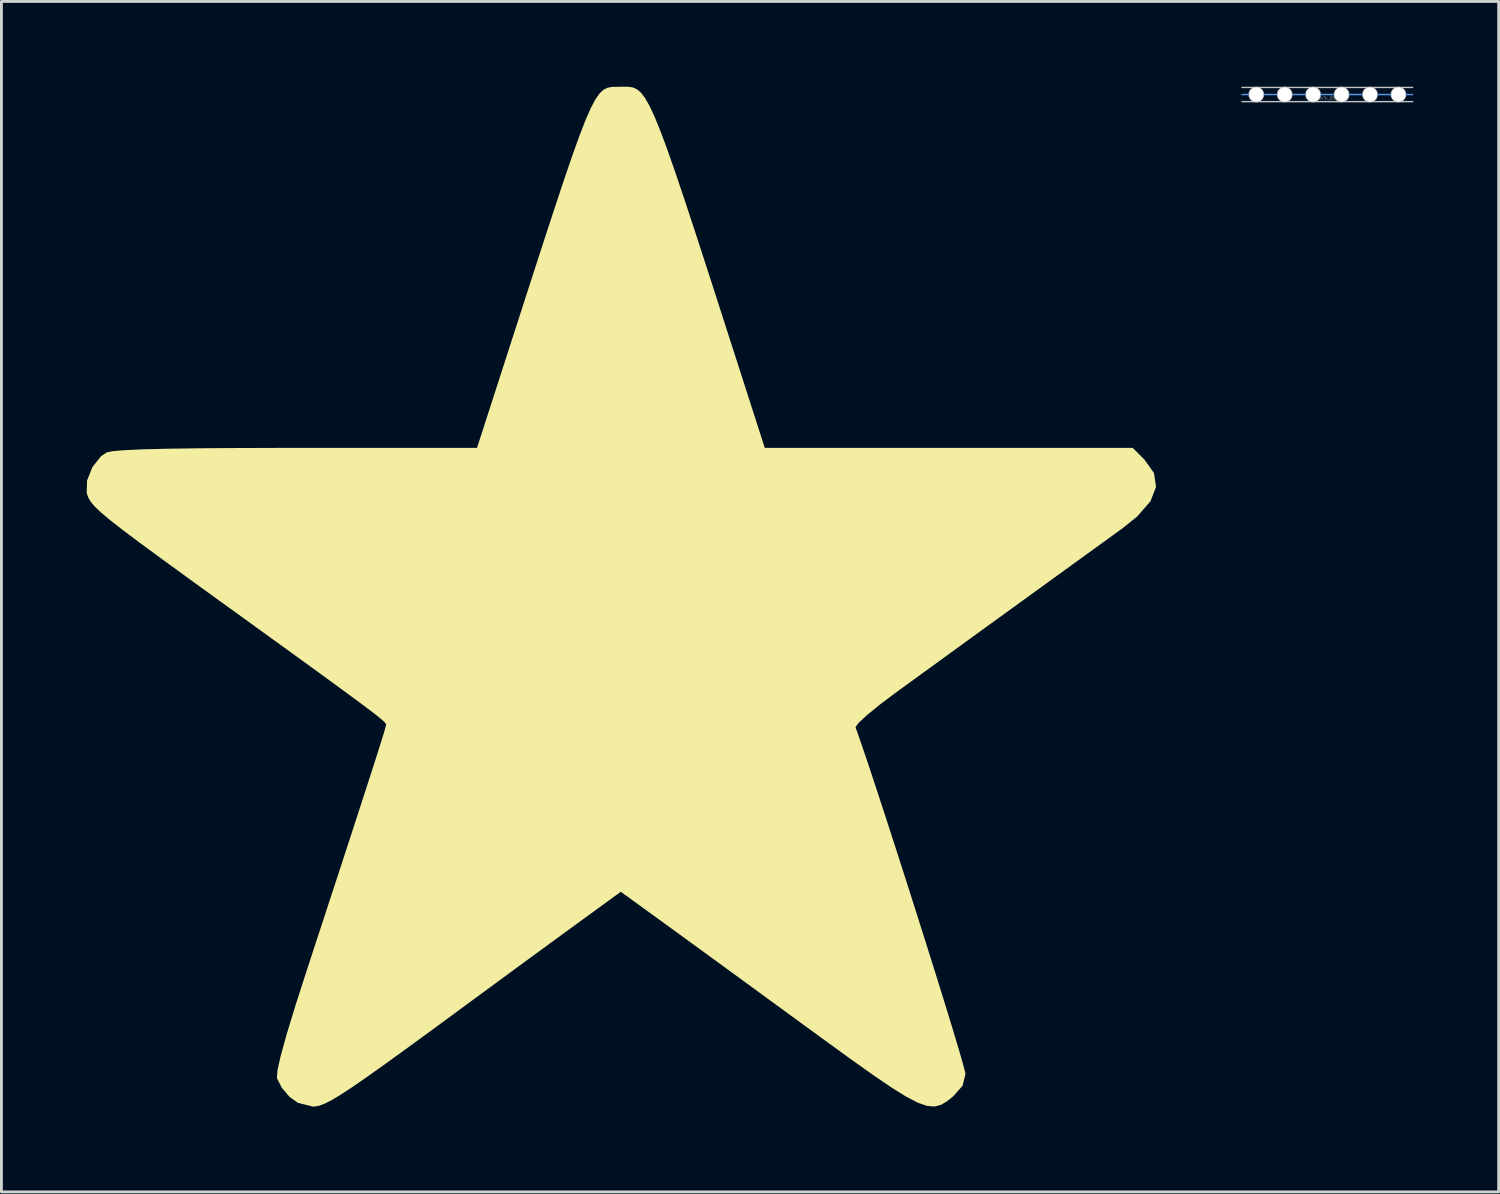
<source format=kicad_pcb>
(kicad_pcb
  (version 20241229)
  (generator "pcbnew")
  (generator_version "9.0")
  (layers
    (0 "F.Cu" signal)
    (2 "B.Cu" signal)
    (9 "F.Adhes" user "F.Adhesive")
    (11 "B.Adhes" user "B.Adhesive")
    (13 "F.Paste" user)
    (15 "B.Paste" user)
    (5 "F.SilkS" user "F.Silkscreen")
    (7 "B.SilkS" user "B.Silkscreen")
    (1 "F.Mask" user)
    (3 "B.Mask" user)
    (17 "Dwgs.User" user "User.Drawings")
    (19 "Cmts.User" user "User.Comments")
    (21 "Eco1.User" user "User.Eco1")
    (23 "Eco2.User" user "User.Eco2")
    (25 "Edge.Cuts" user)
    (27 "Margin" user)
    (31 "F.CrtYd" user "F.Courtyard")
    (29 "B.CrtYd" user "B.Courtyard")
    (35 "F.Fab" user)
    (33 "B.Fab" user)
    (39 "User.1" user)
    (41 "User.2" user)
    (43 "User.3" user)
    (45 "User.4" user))
  (footprint "star_50mm"
    (layer "F.Cu")
    (at 18.764 17.866)
    (property "Reference" "star_50mm" (at 0 0 0) (layer "F.SilkS") (effects (font (size 1.5 1.5) (thickness 0.3))))
    (attr board_only exclude_from_pos_files exclude_from_bom)
    (fp_poly (pts (xy 0.303 -17.864) (xy 0.45 -17.838) (xy 0.59 -17.775) (xy 0.729 -17.656) (xy 0.875 -17.465) (xy 1.033 -17.186) (xy 1.212 -16.802) (xy 1.418 -16.296) (xy 1.657 -15.653) (xy 1.936 -14.855) (xy 2.263 -13.887) (xy 2.644 -12.731) (xy 3.086 -11.37) (xy 3.596 -9.789) (xy 4.181 -7.972) (xy 4.646 -6.524) (xy 5.084 -5.164) (xy 11.554 -5.164) (xy 18.025 -5.164) (xy 18.433 -4.756) (xy 18.772 -4.281) (xy 18.845 -3.794) (xy 18.649 -3.287) (xy 18.182 -2.751) (xy 17.674 -2.342) (xy 16.904 -1.785) (xy 16.009 -1.137) (xy 15.031 -0.429) (xy 14.013 0.309) (xy 12.996 1.045) (xy 12.024 1.75) (xy 11.139 2.393) (xy 10.382 2.942) (xy 9.796 3.368) (xy 9.659 3.468) (xy 9.122 3.872) (xy 8.685 4.229) (xy 8.389 4.501) (xy 8.276 4.654) (xy 8.277 4.664) (xy 8.47 5.215) (xy 8.717 5.945) (xy 9.008 6.821) (xy 9.332 7.812) (xy 9.679 8.884) (xy 10.039 10.004) (xy 10.401 11.14) (xy 10.755 12.258) (xy 11.091 13.327) (xy 11.397 14.313) (xy 11.665 15.184) (xy 11.882 15.907) (xy 12.04 16.449) (xy 12.127 16.778) (xy 12.142 16.857) (xy 12.041 17.268) (xy 11.712 17.642) (xy 11.488 17.82) (xy 11.278 17.944) (xy 11.055 18.001) (xy 10.795 17.98) (xy 10.472 17.869) (xy 10.06 17.656) (xy 9.534 17.329) (xy 8.869 16.876) (xy 8.039 16.285) (xy 7.018 15.544) (xy 6.623 15.256) (xy 5.645 14.542) (xy 4.67 13.83) (xy 3.738 13.15) (xy 2.891 12.533) (xy 2.17 12.008) (xy 1.616 11.605) (xy 1.44 11.478) (xy 0.02 10.448) (xy -1.56 11.598) (xy -2.24 12.094) (xy -3.06 12.694) (xy -3.937 13.337) (xy -4.787 13.961) (xy -5.164 14.238) (xy -6.382 15.134) (xy -7.398 15.877) (xy -8.233 16.481) (xy -8.906 16.96) (xy -9.44 17.329) (xy -9.856 17.6) (xy -10.173 17.79) (xy -10.415 17.91) (xy -10.6 17.976) (xy -10.751 18.001) (xy -10.808 18.003) (xy -11.332 17.872) (xy -11.627 17.666) (xy -11.903 17.34) (xy -12.071 17.011) (xy -12.074 16.998) (xy -12.057 16.737) (xy -11.943 16.223) (xy -11.732 15.461) (xy -11.426 14.458) (xy -11.038 13.252) (xy -10.446 11.445) (xy -9.936 9.887) (xy -9.504 8.564) (xy -9.145 7.46) (xy -8.853 6.56) (xy -8.624 5.848) (xy -8.452 5.309) (xy -8.334 4.929) (xy -8.263 4.691) (xy -8.236 4.58) (xy -8.235 4.572) (xy -8.248 4.534) (xy -8.298 4.474) (xy -8.405 4.377) (xy -8.586 4.231) (xy -8.859 4.021) (xy -9.241 3.735) (xy -9.752 3.36) (xy -10.408 2.881) (xy -11.228 2.286) (xy -12.23 1.561) (xy -13.432 0.692) (xy -14.096 0.213) (xy -15.232 -0.609) (xy -16.164 -1.286) (xy -16.91 -1.835) (xy -17.493 -2.273) (xy -17.935 -2.617) (xy -18.255 -2.886) (xy -18.476 -3.095) (xy -18.619 -3.263) (xy -18.704 -3.406) (xy -18.754 -3.542) (xy -18.764 -3.579) (xy -18.752 -4.017) (xy -18.565 -4.487) (xy -18.26 -4.871) (xy -18.06 -5.005) (xy -17.856 -5.047) (xy -17.442 -5.083) (xy -16.805 -5.112) (xy -15.935 -5.134) (xy -14.82 -5.15) (xy -13.452 -5.159) (xy -11.817 -5.164) (xy -11.374 -5.164) (xy -5.037 -5.164) (xy -3.832 -8.897) (xy -3.264 -10.657) (xy -2.774 -12.171) (xy -2.354 -13.456) (xy -1.997 -14.532) (xy -1.695 -15.417) (xy -1.439 -16.129) (xy -1.223 -16.688) (xy -1.037 -17.112) (xy -0.874 -17.42) (xy -0.727 -17.629) (xy -0.587 -17.76) (xy -0.447 -17.83) (xy -0.298 -17.859) (xy -0.133 -17.864) (xy -0.041 -17.864) (xy 0.142 -17.866)) (stroke (width 0) (type solid)) (fill yes) (layer "F.SilkS")))
  (footprint "z_Drill_05x6"
    (layer "F.Cu")
    (at 43.634 0.275)
    (property "Reference" "z_Drill_05x6" (at 0 0.125 0) (layer "F.Fab") (effects (font (size 0.1 0.1) (thickness 0.01))))
    (attr through_hole)
    (fp_line (start -3 -0.25) (end 3 -0.25) (stroke (width 0.05) (type solid)) (layer "Dwgs.User"))
    (fp_line (start -3 0.25) (end 3 0.25) (stroke (width 0.05) (type solid)) (layer "Dwgs.User"))
    (fp_circle (center -2.5 0) (end -2.25 0) (stroke (width 0.05) (type solid)) (fill no) (layer "Dwgs.User"))
    (fp_circle (center -1.5 0) (end -1.25 0) (stroke (width 0.05) (type solid)) (fill no) (layer "Dwgs.User"))
    (fp_circle (center -0.5 0) (end -0.25 0) (stroke (width 0.05) (type solid)) (fill no) (layer "Dwgs.User"))
    (fp_circle (center 0.5 0) (end 0.25 0) (stroke (width 0.05) (type solid)) (fill no) (layer "Dwgs.User"))
    (fp_circle (center 1.5 0) (end 1.75 0) (stroke (width 0.05) (type solid)) (fill no) (layer "Dwgs.User"))
    (fp_circle (center 2.5 0) (end 2.75 0) (stroke (width 0.05) (type solid)) (fill no) (layer "Dwgs.User"))
    (fp_line (start -3 0) (end 3 0) (stroke (width 0.05) (type solid)) (layer "Cmts.User"))
    (fp_text user "${REFERENCE}" (at 0 0 180) (layer "Eco1.User") (effects (font (size 0.3 0.3) (thickness 0.03))))
    (pad "" np_thru_hole circle (at -2.5 0) (size 0.5 0.5) (drill 0.5) (layers "*.Cu" "*.Mask"))
    (pad "" np_thru_hole circle (at -1.5 0) (size 0.5 0.5) (drill 0.5) (layers "*.Cu" "*.Mask"))
    (pad "" np_thru_hole circle (at -0.5 0) (size 0.5 0.5) (drill 0.5) (layers "*.Cu" "*.Mask"))
    (pad "" np_thru_hole circle (at 0.5 0) (size 0.5 0.5) (drill 0.5) (layers "*.Cu" "*.Mask"))
    (pad "" np_thru_hole circle (at 1.5 0) (size 0.5 0.5) (drill 0.5) (layers "*.Cu" "*.Mask"))
    (pad "" np_thru_hole circle (at 2.5 0) (size 0.5 0.5) (drill 0.5) (layers "*.Cu" "*.Mask")))
  (gr_rect
    (start -3 -3)
    (end 49.659 38.87)
    (stroke (width 0.1) (type default))
    (fill no)
    (layer "Edge.Cuts")))
</source>
